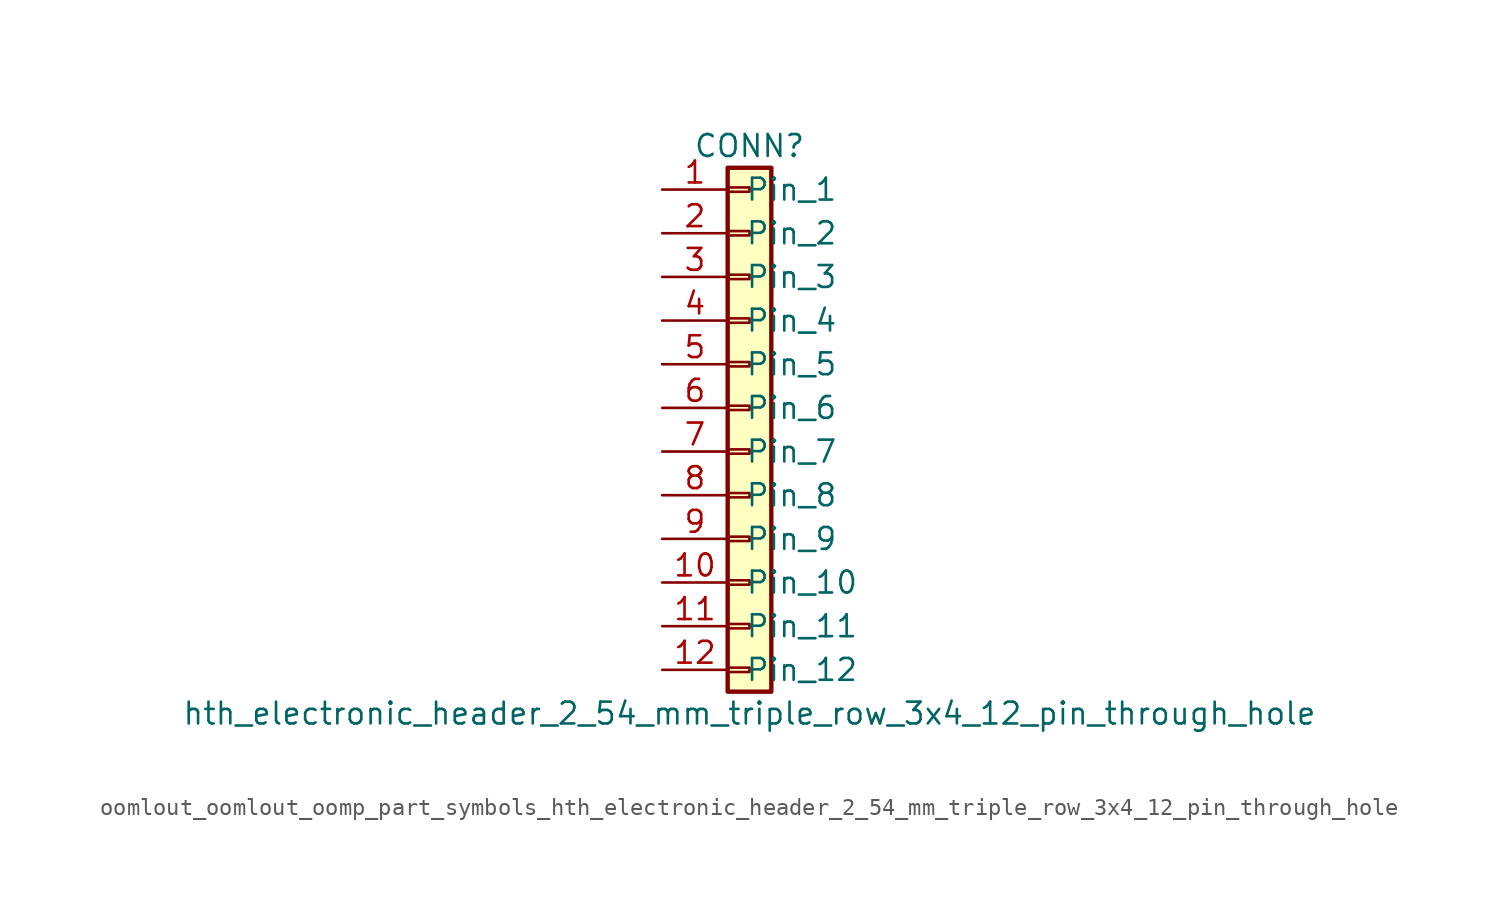
<source format=kicad_sym>
(kicad_symbol_lib
  (version 20220914)
  (generator kicad_symbol_editor)
  (symbol "oomlout_oomlout_oomp_part_symbols_hth_electronic_header_2_54_mm_triple_row_3x4_12_pin_through_hole"
    (pin_names
      (offset 1.016))
    (property "Reference" "CONN"
      (at 0 15.24 0)
      (effects (font (size 1.27 1.27))))
    (property "Value" "hth_electronic_header_2_54_mm_triple_row_3x4_12_pin_through_hole"
      (at 0 -17.78 0)
      (effects (font (size 1.27 1.27))))
    (symbol "oomlout_oomlout_oomp_part_symbols_hth_electronic_header_2_54_mm_triple_row_3x4_12_pin_through_hole_1_1"
      (rectangle (start -1.27 -15.113) (end 0 -15.367) (stroke (width 0.152) (type default)) (fill (type none)))
      (rectangle (start -1.27 -12.573) (end 0 -12.827) (stroke (width 0.152) (type default)) (fill (type none)))
      (rectangle (start -1.27 -10.033) (end 0 -10.287) (stroke (width 0.152) (type default)) (fill (type none)))
      (rectangle (start -1.27 -7.493) (end 0 -7.747) (stroke (width 0.152) (type default)) (fill (type none)))
      (rectangle (start -1.27 -4.953) (end 0 -5.207) (stroke (width 0.152) (type default)) (fill (type none)))
      (rectangle (start -1.27 -2.413) (end 0 -2.667) (stroke (width 0.152) (type default)) (fill (type none)))
      (rectangle (start -1.27 0.127) (end 0 -0.127) (stroke (width 0.152) (type default)) (fill (type none)))
      (rectangle (start -1.27 2.667) (end 0 2.413) (stroke (width 0.152) (type default)) (fill (type none)))
      (rectangle (start -1.27 5.207) (end 0 4.953) (stroke (width 0.152) (type default)) (fill (type none)))
      (rectangle (start -1.27 7.747) (end 0 7.493) (stroke (width 0.152) (type default)) (fill (type none)))
      (rectangle (start -1.27 10.287) (end 0 10.033) (stroke (width 0.152) (type default)) (fill (type none)))
      (rectangle (start -1.27 12.827) (end 0 12.573) (stroke (width 0.152) (type default)) (fill (type none)))
      (rectangle (start -1.27 13.97) (end 1.27 -16.51) (stroke (width 0.254) (type default)) (fill (type background)))
      (pin passive line (at -5.08 12.7 0) (length 3.81) (name "Pin_1" (effects (font (size 1.27 1.27)))) (number "1" (effects (font (size 1.27 1.27)))))
      (pin passive line (at -5.08 -10.16 0) (length 3.81) (name "Pin_10" (effects (font (size 1.27 1.27)))) (number "10" (effects (font (size 1.27 1.27)))))
      (pin passive line (at -5.08 -12.7 0) (length 3.81) (name "Pin_11" (effects (font (size 1.27 1.27)))) (number "11" (effects (font (size 1.27 1.27)))))
      (pin passive line (at -5.08 -15.24 0) (length 3.81) (name "Pin_12" (effects (font (size 1.27 1.27)))) (number "12" (effects (font (size 1.27 1.27)))))
      (pin passive line (at -5.08 10.16 0) (length 3.81) (name "Pin_2" (effects (font (size 1.27 1.27)))) (number "2" (effects (font (size 1.27 1.27)))))
      (pin passive line (at -5.08 7.62 0) (length 3.81) (name "Pin_3" (effects (font (size 1.27 1.27)))) (number "3" (effects (font (size 1.27 1.27)))))
      (pin passive line (at -5.08 5.08 0) (length 3.81) (name "Pin_4" (effects (font (size 1.27 1.27)))) (number "4" (effects (font (size 1.27 1.27)))))
      (pin passive line (at -5.08 2.54 0) (length 3.81) (name "Pin_5" (effects (font (size 1.27 1.27)))) (number "5" (effects (font (size 1.27 1.27)))))
      (pin passive line (at -5.08 0 0) (length 3.81) (name "Pin_6" (effects (font (size 1.27 1.27)))) (number "6" (effects (font (size 1.27 1.27)))))
      (pin passive line (at -5.08 -2.54 0) (length 3.81) (name "Pin_7" (effects (font (size 1.27 1.27)))) (number "7" (effects (font (size 1.27 1.27)))))
      (pin passive line (at -5.08 -5.08 0) (length 3.81) (name "Pin_8" (effects (font (size 1.27 1.27)))) (number "8" (effects (font (size 1.27 1.27)))))
      (pin passive line (at -5.08 -7.62 0) (length 3.81) (name "Pin_9" (effects (font (size 1.27 1.27)))) (number "9" (effects (font (size 1.27 1.27))))))))
</source>
